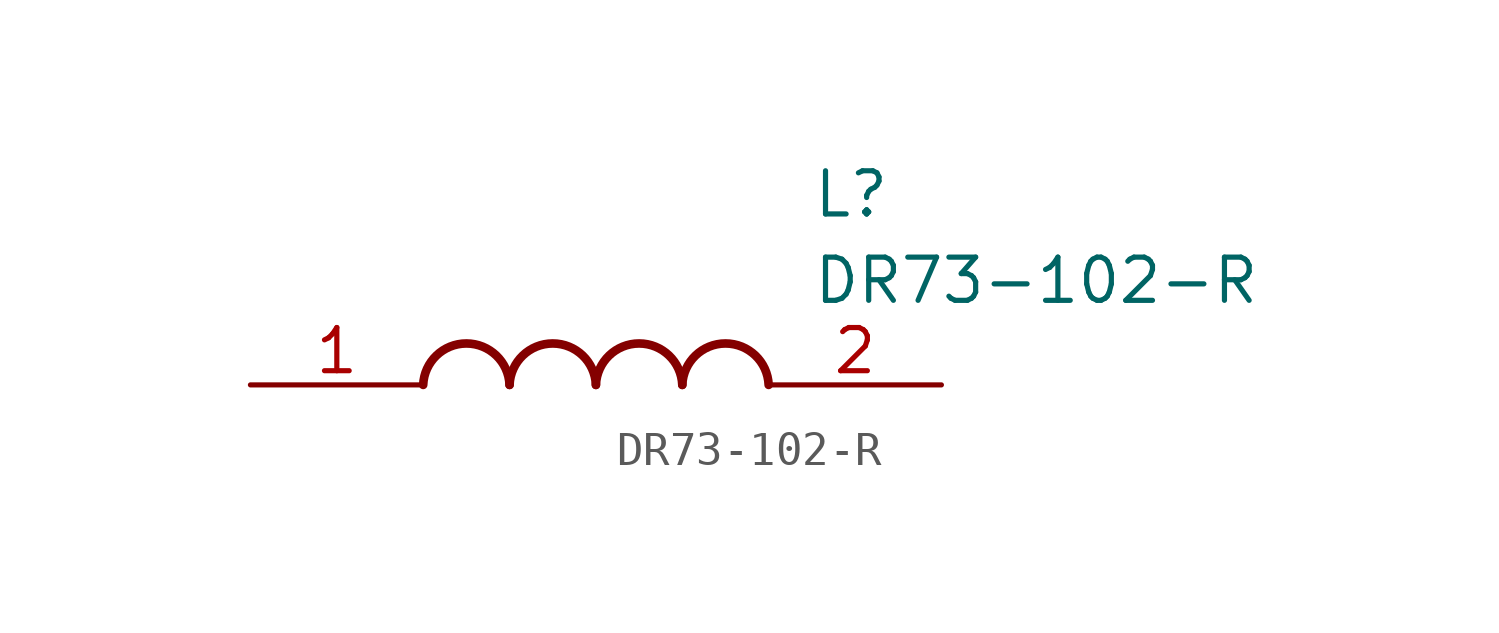
<source format=kicad_sym>
(kicad_symbol_lib
  (version 20211014)
  (generator SamacSys_ECAD_Model)
  (symbol "DR73-102-R"
    (pin_names hide)
    (property "Reference" "L"
      (at 16.51 6.35 0)
      (effects (font (size 1.27 1.27)) (justify left top)))
    (property "Value" "DR73-102-R"
      (at 16.51 3.81 0)
      (effects (font (size 1.27 1.27)) (justify left top)))
    (arc
      (start 7.62 0)
      (mid 6.35 1.219)
      (end 5.08 0)
      (stroke (width 0.254) (type default))
      (fill (type none)))
    (arc
      (start 10.16 0)
      (mid 8.89 1.219)
      (end 7.62 0)
      (stroke (width 0.254) (type default))
      (fill (type none)))
    (arc
      (start 12.7 0)
      (mid 11.43 1.219)
      (end 10.16 0)
      (stroke (width 0.254) (type default))
      (fill (type none)))
    (arc
      (start 15.24 0)
      (mid 13.97 1.219)
      (end 12.7 0)
      (stroke (width 0.254) (type default))
      (fill (type none)))
    (pin passive line
      (at 0 0 0)
      (length 5.08)
      (name "1" (effects (font (size 1.27 1.27))))
      (number "1" (effects (font (size 1.27 1.27)))))
    (pin passive line
      (at 20.32 0 180)
      (length 5.08)
      (name "2" (effects (font (size 1.27 1.27))))
      (number "2" (effects (font (size 1.27 1.27)))))))
</source>
